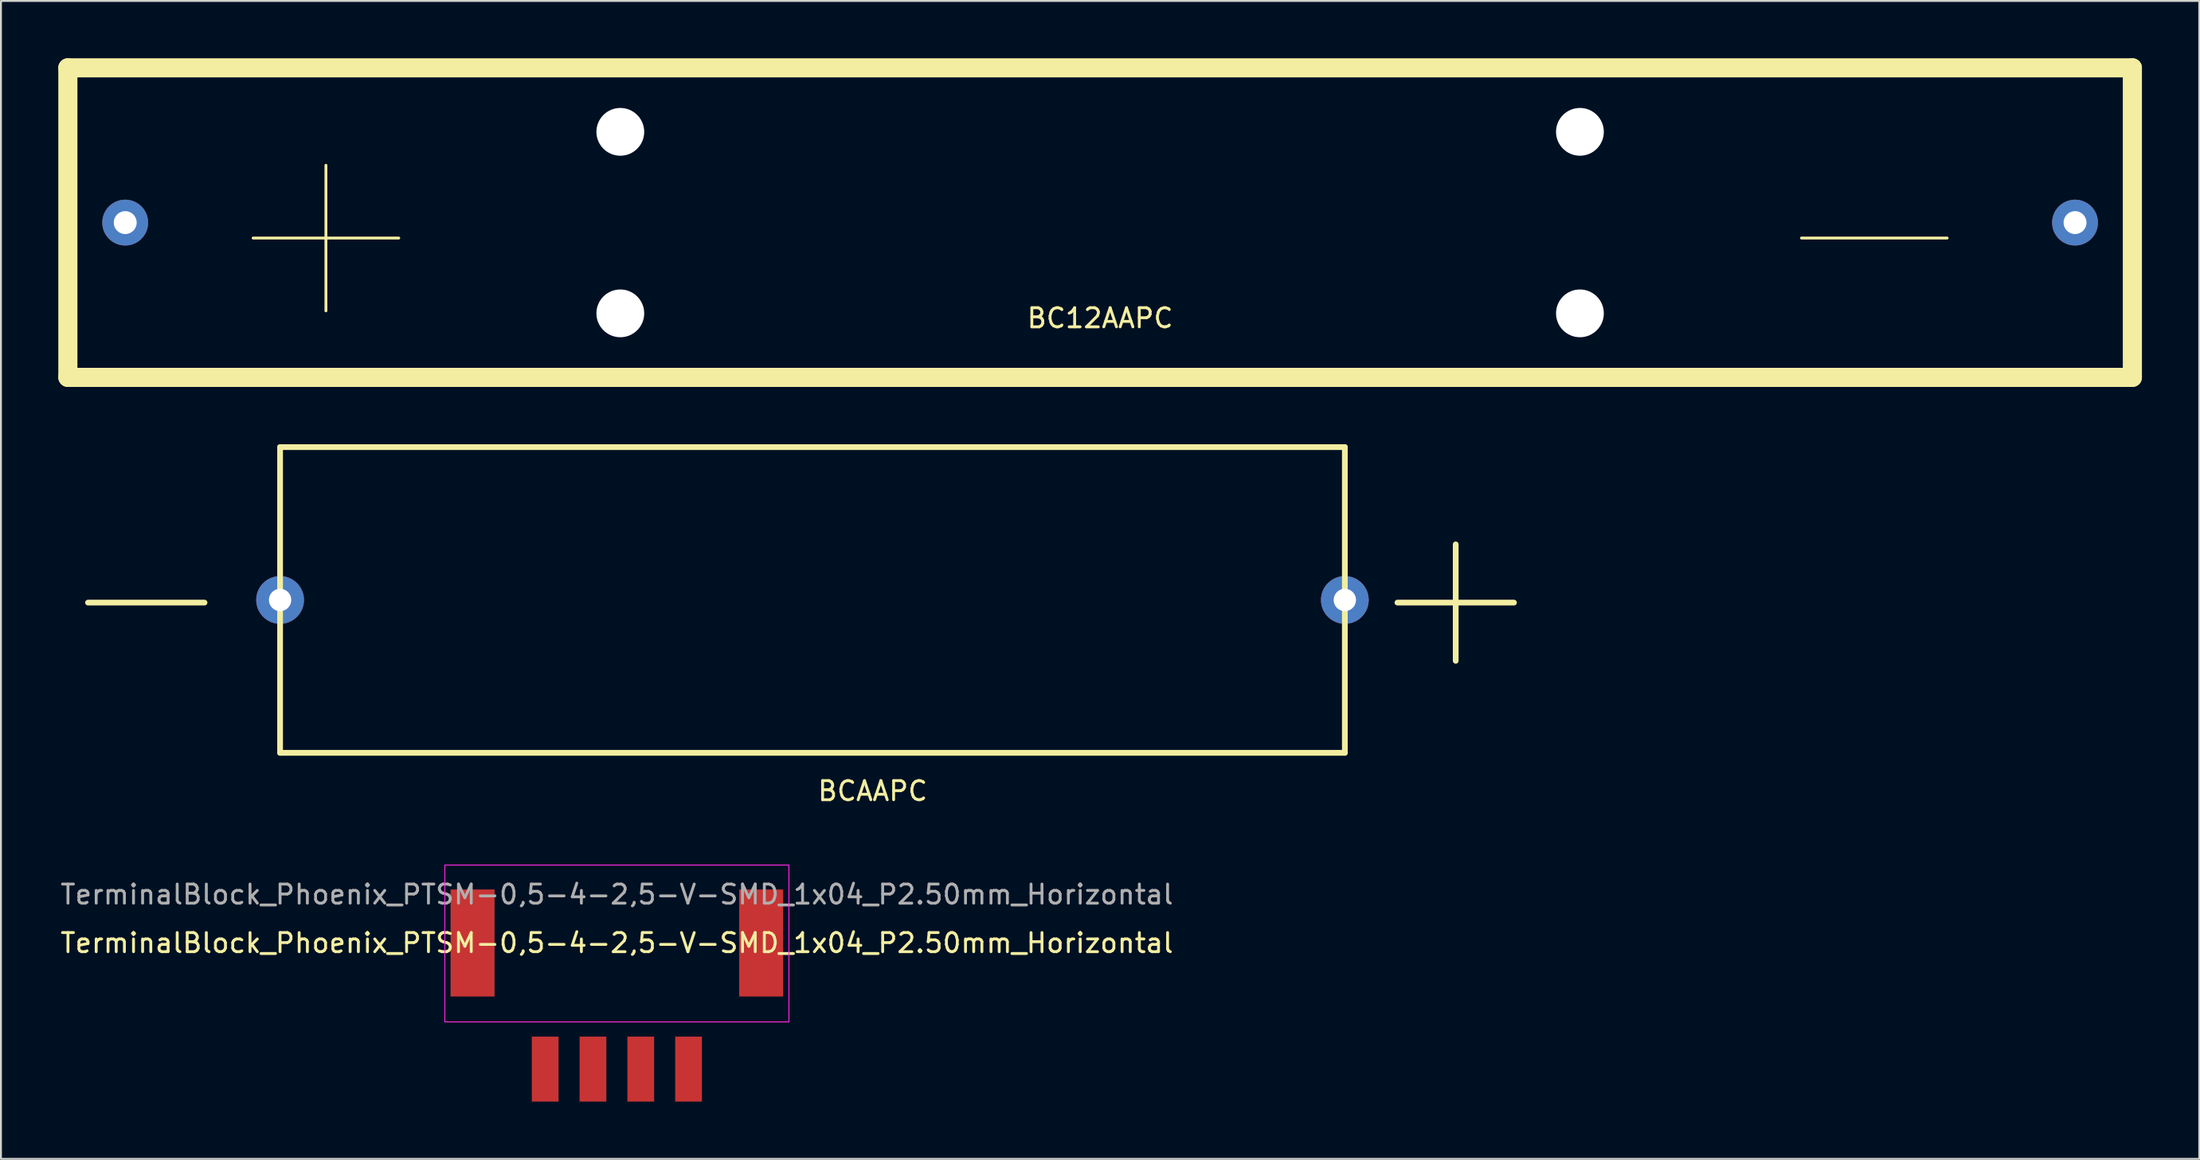
<source format=kicad_pcb>
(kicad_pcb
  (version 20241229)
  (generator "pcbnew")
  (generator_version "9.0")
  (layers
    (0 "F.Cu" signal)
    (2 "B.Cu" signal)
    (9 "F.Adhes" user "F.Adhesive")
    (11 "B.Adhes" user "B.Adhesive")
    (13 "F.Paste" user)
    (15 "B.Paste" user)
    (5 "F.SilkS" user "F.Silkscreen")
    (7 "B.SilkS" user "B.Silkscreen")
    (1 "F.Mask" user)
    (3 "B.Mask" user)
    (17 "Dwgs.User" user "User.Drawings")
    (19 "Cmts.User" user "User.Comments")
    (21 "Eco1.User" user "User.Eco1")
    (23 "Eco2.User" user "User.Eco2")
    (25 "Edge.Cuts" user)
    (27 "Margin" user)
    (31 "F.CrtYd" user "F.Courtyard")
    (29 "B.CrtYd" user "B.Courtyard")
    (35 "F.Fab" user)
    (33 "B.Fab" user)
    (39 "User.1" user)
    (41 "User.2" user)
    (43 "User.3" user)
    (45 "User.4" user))
  (footprint "BCAAPC"
    (layer "F.Cu")
    (at 11.602 28.35)
    (property "Reference" "BCAAPC" (at 31 10 0) (layer "F.SilkS") (effects (font (size 1 1) (thickness 0.15))))
    (attr through_hole)
    (fp_line (start 0 -8) (end 0 8) (stroke (width 0.3) (type solid)) (layer "F.SilkS"))
    (fp_line (start 0 8) (end 55.7 8) (stroke (width 0.3) (type solid)) (layer "F.SilkS"))
    (fp_line (start 55.7 -8) (end 0 -8) (stroke (width 0.3) (type solid)) (layer "F.SilkS"))
    (fp_line (start 55.7 8) (end 55.7 -8) (stroke (width 0.3) (type solid)) (layer "F.SilkS"))
    (fp_text user "+" (at 61.5 -0.5 0) (layer "F.SilkS") (effects (font (size 8 8) (thickness 0.3))))
    (fp_text user "-" (at -7 -0.5 0) (layer "F.SilkS") (effects (font (size 8 8) (thickness 0.3))))
    (pad "1" thru_hole circle (at 0 0) (size 2.5 2.5) (drill 1.17) (layers "*.Cu" "*.Mask"))
    (pad "2" thru_hole circle (at 55.7 0) (size 2.5 2.5) (drill 1.17) (layers "*.Cu" "*.Mask")))
  (footprint "BC12AAPC"
    (layer "F.Cu")
    (at 54.5 8.6)
    (property "Reference" "BC12AAPC" (at 0 5 0) (layer "F.SilkS") (effects (font (size 1 1) (thickness 0.15))))
    (attr through_hole)
    (fp_line (start -54 -8.1) (end 54 -8.1) (stroke (width 1) (type solid)) (layer "F.SilkS"))
    (fp_line (start -54 8.1) (end -54 -8.1) (stroke (width 1) (type solid)) (layer "F.SilkS"))
    (fp_line (start 54 -8.1) (end 54 8.1) (stroke (width 1) (type solid)) (layer "F.SilkS"))
    (fp_line (start 54 8.1) (end -54 8.1) (stroke (width 1) (type solid)) (layer "F.SilkS"))
    (fp_text user "-" (at 40.5 0 0) (layer "F.SilkS") (effects (font (size 10 10) (thickness 0.15))))
    (fp_text user "+" (at -40.5 0 0) (layer "F.SilkS") (effects (font (size 10 10) (thickness 0.15))))
    (pad "" np_thru_hole circle (at -25.1 -4.75) (size 2.5 2.5) (drill 2.5) (layers "*.Cu" "*.Mask"))
    (pad "" np_thru_hole circle (at -25.1 4.75) (size 2.5 2.5) (drill 2.5) (layers "*.Cu" "*.Mask"))
    (pad "" np_thru_hole circle (at 25.1 -4.75) (size 2.5 2.5) (drill 2.5) (layers "*.Cu" "*.Mask"))
    (pad "" np_thru_hole circle (at 25.1 4.75) (size 2.5 2.5) (drill 2.5) (layers "*.Cu" "*.Mask"))
    (pad "1" thru_hole circle (at -51 0) (size 2.4 2.4) (drill 1.2) (layers "*.Cu" "*.Mask"))
    (pad "2" thru_hole circle (at 51 0) (size 2.4 2.4) (drill 1.2) (layers "*.Cu" "*.Mask")))
  (footprint "TerminalBlock_Phoenix_PTSM-0,5-4-2,5-V-SMD_1x04_P2.50mm_Horizontal"
    (layer "F.Cu")
    (at 29.22 46.303)
    (property "Reference" "TerminalBlock_Phoenix_PTSM-0,5-4-2,5-V-SMD_1x04_P2.50mm_Horizontal" (at 0 0 0) (layer "F.SilkS") (effects (font (size 1 1) (thickness 0.15))))
    (attr smd)
    (fp_line (start -9 -4.08) (end 9 -4.08) (stroke (width 0.05) (type solid)) (layer "F.CrtYd"))
    (fp_line (start -9 4.13) (end -9 -4.08) (stroke (width 0.05) (type solid)) (layer "F.CrtYd"))
    (fp_line (start 9 -4.08) (end 9 4.13) (stroke (width 0.05) (type solid)) (layer "F.CrtYd"))
    (fp_line (start 9 4.13) (end -9 4.13) (stroke (width 0.05) (type solid)) (layer "F.CrtYd"))
    (fp_text user "${REFERENCE}" (at 0 -2.54 0) (layer "F.Fab") (effects (font (size 1 1) (thickness 0.15))))
    (pad "" smd rect (at -7.55 0 180) (size 2.3 5.6) (layers "F.Cu" "F.Mask" "F.Paste"))
    (pad "" smd rect (at 7.55 0 180) (size 2.3 5.6) (layers "F.Cu" "F.Mask" "F.Paste"))
    (pad "1" smd rect (at -3.75 6.6 180) (size 1.4 3.4) (layers "F.Cu" "F.Mask" "F.Paste"))
    (pad "2" smd rect (at -1.25 6.6 180) (size 1.4 3.4) (layers "F.Cu" "F.Mask" "F.Paste"))
    (pad "3" smd rect (at 1.25 6.6 180) (size 1.4 3.4) (layers "F.Cu" "F.Mask" "F.Paste"))
    (pad "4" smd rect (at 3.75 6.6 180) (size 1.4 3.4) (layers "F.Cu" "F.Mask" "F.Paste")))
  (gr_rect
    (start -3 -3)
    (end 112 57.603)
    (stroke (width 0.1) (type default))
    (fill no)
    (layer "Edge.Cuts")))
</source>
